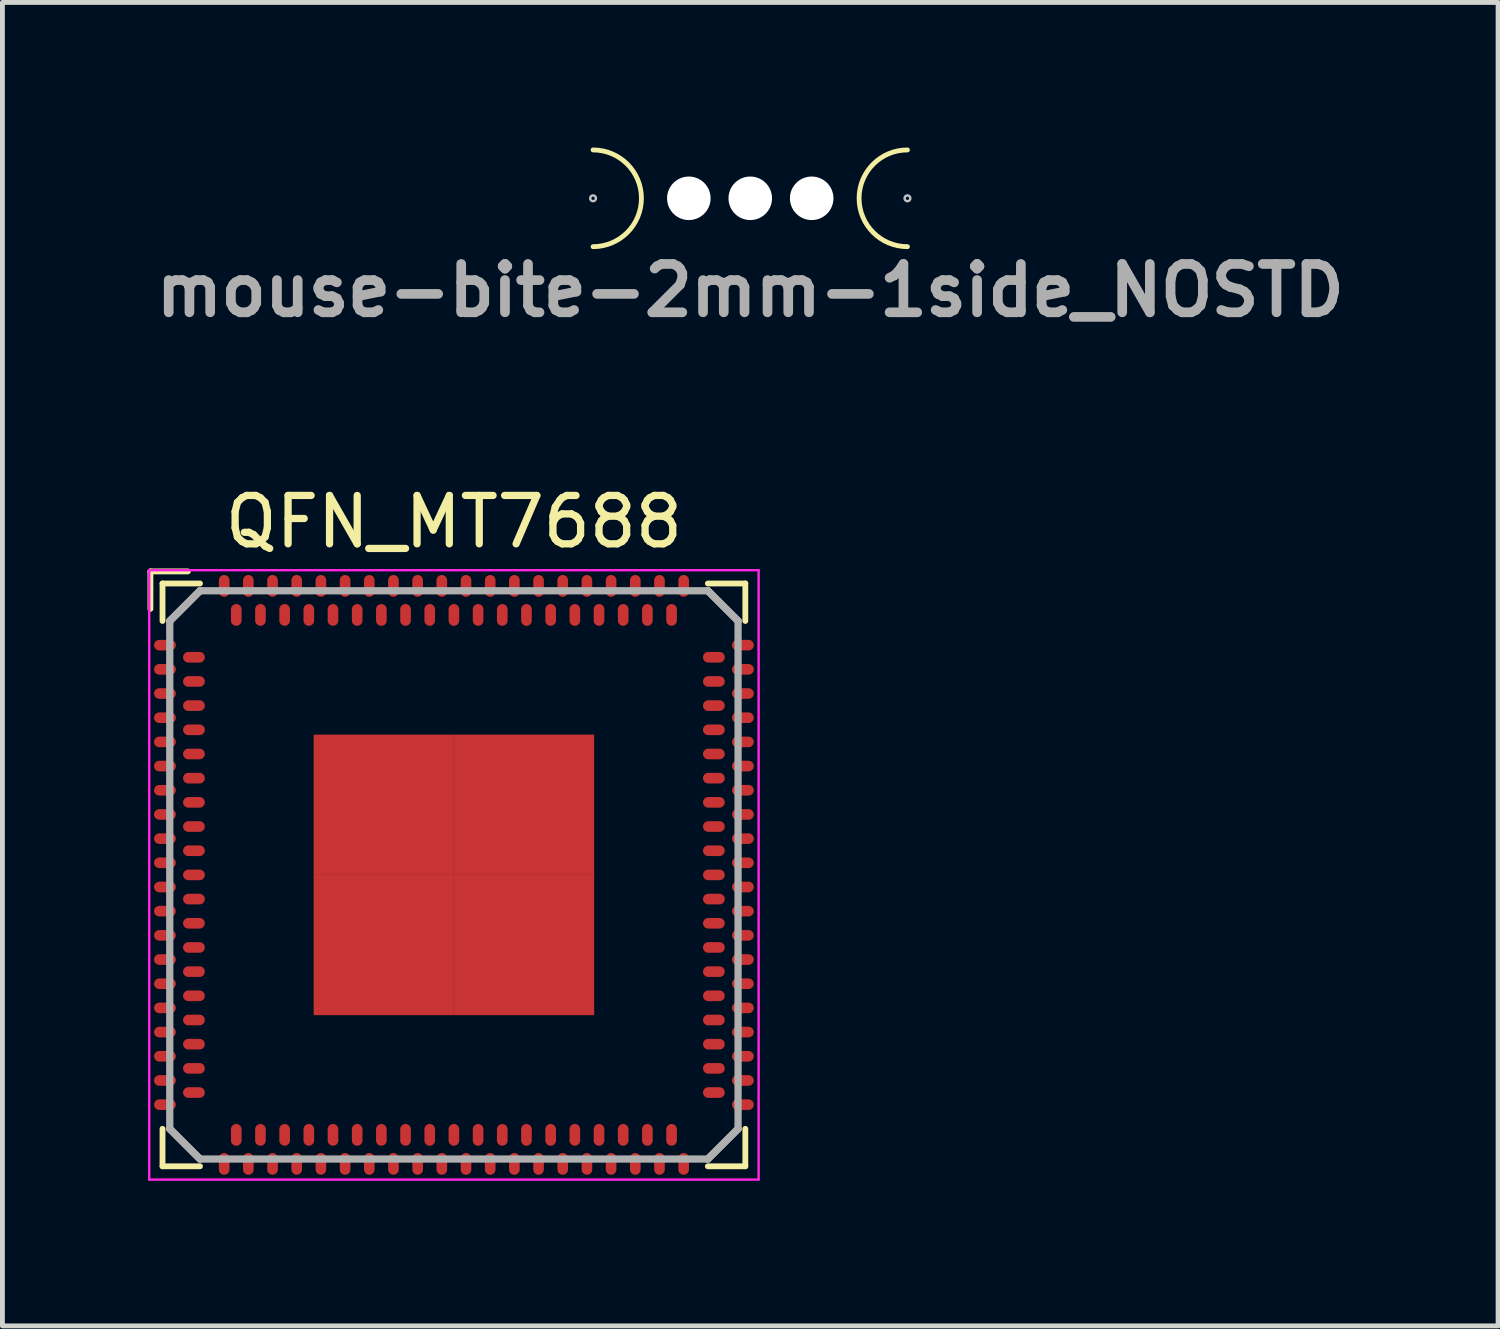
<source format=kicad_pcb>
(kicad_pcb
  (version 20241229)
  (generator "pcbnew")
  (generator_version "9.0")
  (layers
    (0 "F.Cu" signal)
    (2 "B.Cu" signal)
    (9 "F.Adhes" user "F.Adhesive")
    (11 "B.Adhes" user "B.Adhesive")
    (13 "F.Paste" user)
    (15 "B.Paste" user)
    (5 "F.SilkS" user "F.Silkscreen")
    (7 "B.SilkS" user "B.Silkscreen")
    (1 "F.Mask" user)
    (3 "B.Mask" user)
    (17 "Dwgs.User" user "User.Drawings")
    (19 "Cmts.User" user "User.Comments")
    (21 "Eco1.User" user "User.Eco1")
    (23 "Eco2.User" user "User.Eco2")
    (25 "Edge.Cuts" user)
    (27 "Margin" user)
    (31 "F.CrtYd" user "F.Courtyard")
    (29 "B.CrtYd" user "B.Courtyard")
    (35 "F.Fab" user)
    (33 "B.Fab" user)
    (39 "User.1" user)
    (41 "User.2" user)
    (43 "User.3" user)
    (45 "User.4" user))
  (footprint "QFN_MT7688"
    (layer "F.Cu")
    (at 6.335 15.039)
    (property "Reference" "QFN_MT7688" (at 0 -7.3 0) (layer "F.SilkS") (effects (font (size 1 1) (thickness 0.15))))
    (attr smd)
    (fp_line (start -6.275 -6.275) (end -5.5 -6.275) (stroke (width 0.12) (type solid)) (layer "F.SilkS"))
    (fp_line (start -6.275 -5.5) (end -6.275 -6.275) (stroke (width 0.12) (type solid)) (layer "F.SilkS"))
    (fp_line (start -6.025 -6.025) (end -5.25 -6.025) (stroke (width 0.12) (type solid)) (layer "F.SilkS"))
    (fp_line (start -6.025 -5.25) (end -6.025 -6.025) (stroke (width 0.12) (type solid)) (layer "F.SilkS"))
    (fp_line (start -6.025 6.025) (end -6.025 5.25) (stroke (width 0.12) (type solid)) (layer "F.SilkS"))
    (fp_line (start -5.25 6.025) (end -6.025 6.025) (stroke (width 0.12) (type solid)) (layer "F.SilkS"))
    (fp_line (start 5.25 -6.025) (end 6.025 -6.025) (stroke (width 0.12) (type solid)) (layer "F.SilkS"))
    (fp_line (start 5.25 6.025) (end 6.025 6.025) (stroke (width 0.12) (type solid)) (layer "F.SilkS"))
    (fp_line (start 6.025 -6.025) (end 6.025 -5.25) (stroke (width 0.12) (type solid)) (layer "F.SilkS"))
    (fp_line (start 6.025 6.025) (end 6.025 5.25) (stroke (width 0.12) (type solid)) (layer "F.SilkS"))
    (fp_line (start -6.3 -6.3) (end 6.3 -6.3) (stroke (width 0.05) (type solid)) (layer "F.CrtYd"))
    (fp_line (start -6.3 6.3) (end -6.3 -6.3) (stroke (width 0.05) (type solid)) (layer "F.CrtYd"))
    (fp_line (start 6.3 -6.3) (end 6.3 6.3) (stroke (width 0.05) (type solid)) (layer "F.CrtYd"))
    (fp_line (start 6.3 6.3) (end -6.3 6.3) (stroke (width 0.05) (type solid)) (layer "F.CrtYd"))
    (fp_line (start -5.875 -5.25) (end -5.875 5.25) (stroke (width 0.15) (type solid)) (layer "F.Fab"))
    (fp_line (start -5.875 5.25) (end -5.25 5.875) (stroke (width 0.15) (type solid)) (layer "F.Fab"))
    (fp_line (start -5.875 5.25) (end -5.25 5.875) (stroke (width 0.15) (type solid)) (layer "F.Fab"))
    (fp_line (start -5.25 -5.875) (end -5.875 -5.25) (stroke (width 0.15) (type solid)) (layer "F.Fab"))
    (fp_line (start -5.25 -5.875) (end -5.875 -5.25) (stroke (width 0.15) (type solid)) (layer "F.Fab"))
    (fp_line (start -5.25 5.875) (end 5.25 5.875) (stroke (width 0.15) (type solid)) (layer "F.Fab"))
    (fp_line (start 5.25 -5.875) (end -5.25 -5.875) (stroke (width 0.15) (type solid)) (layer "F.Fab"))
    (fp_line (start 5.25 5.875) (end 5.875 5.25) (stroke (width 0.15) (type solid)) (layer "F.Fab"))
    (fp_line (start 5.25 5.875) (end 5.875 5.25) (stroke (width 0.15) (type solid)) (layer "F.Fab"))
    (fp_line (start 5.875 -5.25) (end 5.25 -5.875) (stroke (width 0.15) (type solid)) (layer "F.Fab"))
    (fp_line (start 5.875 -5.25) (end 5.25 -5.875) (stroke (width 0.15) (type solid)) (layer "F.Fab"))
    (fp_line (start 5.875 5.25) (end 5.875 -5.25) (stroke (width 0.15) (type solid)) (layer "F.Fab"))
    (pad "1" smd oval (at -5.975 -4.75 90) (size 0.22 0.45) (layers "F.Cu" "F.Mask" "F.Paste"))
    (pad "2" smd oval (at -5.375 -4.5 90) (size 0.22 0.45) (layers "F.Cu" "F.Mask" "F.Paste"))
    (pad "3" smd oval (at -5.975 -4.25 90) (size 0.22 0.45) (layers "F.Cu" "F.Mask" "F.Paste"))
    (pad "4" smd oval (at -5.375 -4 90) (size 0.22 0.45) (layers "F.Cu" "F.Mask" "F.Paste"))
    (pad "5" smd oval (at -5.975 -3.75 90) (size 0.22 0.45) (layers "F.Cu" "F.Mask" "F.Paste"))
    (pad "6" smd oval (at -5.375 -3.5 90) (size 0.22 0.45) (layers "F.Cu" "F.Mask" "F.Paste"))
    (pad "7" smd oval (at -5.975 -3.25 90) (size 0.22 0.45) (layers "F.Cu" "F.Mask" "F.Paste"))
    (pad "8" smd oval (at -5.375 -3 90) (size 0.22 0.45) (layers "F.Cu" "F.Mask" "F.Paste"))
    (pad "9" smd oval (at -5.975 -2.75 90) (size 0.22 0.45) (layers "F.Cu" "F.Mask" "F.Paste"))
    (pad "10" smd oval (at -5.375 -2.5 90) (size 0.22 0.45) (layers "F.Cu" "F.Mask" "F.Paste"))
    (pad "11" smd oval (at -5.975 -2.25 90) (size 0.22 0.45) (layers "F.Cu" "F.Mask" "F.Paste"))
    (pad "12" smd oval (at -5.375 -2 90) (size 0.22 0.45) (layers "F.Cu" "F.Mask" "F.Paste"))
    (pad "13" smd oval (at -5.975 -1.75 90) (size 0.22 0.45) (layers "F.Cu" "F.Mask" "F.Paste"))
    (pad "14" smd oval (at -5.375 -1.5 90) (size 0.22 0.45) (layers "F.Cu" "F.Mask" "F.Paste"))
    (pad "15" smd oval (at -5.975 -1.25 90) (size 0.22 0.45) (layers "F.Cu" "F.Mask" "F.Paste"))
    (pad "16" smd oval (at -5.375 -1 90) (size 0.22 0.45) (layers "F.Cu" "F.Mask" "F.Paste"))
    (pad "17" smd oval (at -5.975 -0.75 90) (size 0.22 0.45) (layers "F.Cu" "F.Mask" "F.Paste"))
    (pad "18" smd oval (at -5.375 -0.5 90) (size 0.22 0.45) (layers "F.Cu" "F.Mask" "F.Paste"))
    (pad "19" smd oval (at -5.975 -0.25 90) (size 0.22 0.45) (layers "F.Cu" "F.Mask" "F.Paste"))
    (pad "20" smd oval (at -5.375 0 90) (size 0.22 0.45) (layers "F.Cu" "F.Mask" "F.Paste"))
    (pad "21" smd oval (at -5.975 0.25 90) (size 0.22 0.45) (layers "F.Cu" "F.Mask" "F.Paste"))
    (pad "22" smd oval (at -5.375 0.5 90) (size 0.22 0.45) (layers "F.Cu" "F.Mask" "F.Paste"))
    (pad "23" smd oval (at -5.975 0.75 90) (size 0.22 0.45) (layers "F.Cu" "F.Mask" "F.Paste"))
    (pad "24" smd oval (at -5.375 1 90) (size 0.22 0.45) (layers "F.Cu" "F.Mask" "F.Paste"))
    (pad "25" smd oval (at -5.975 1.25 90) (size 0.22 0.45) (layers "F.Cu" "F.Mask" "F.Paste"))
    (pad "26" smd oval (at -5.375 1.5 90) (size 0.22 0.45) (layers "F.Cu" "F.Mask" "F.Paste"))
    (pad "27" smd oval (at -5.975 1.75 90) (size 0.22 0.45) (layers "F.Cu" "F.Mask" "F.Paste"))
    (pad "28" smd oval (at -5.375 2 90) (size 0.22 0.45) (layers "F.Cu" "F.Mask" "F.Paste"))
    (pad "29" smd oval (at -5.975 2.25 90) (size 0.22 0.45) (layers "F.Cu" "F.Mask" "F.Paste"))
    (pad "30" smd oval (at -5.375 2.5 90) (size 0.22 0.45) (layers "F.Cu" "F.Mask" "F.Paste"))
    (pad "31" smd oval (at -5.975 2.75 90) (size 0.22 0.45) (layers "F.Cu" "F.Mask" "F.Paste"))
    (pad "32" smd oval (at -5.375 3 90) (size 0.22 0.45) (layers "F.Cu" "F.Mask" "F.Paste"))
    (pad "33" smd oval (at -5.975 3.25 90) (size 0.22 0.45) (layers "F.Cu" "F.Mask" "F.Paste"))
    (pad "34" smd oval (at -5.375 3.5 90) (size 0.22 0.45) (layers "F.Cu" "F.Mask" "F.Paste"))
    (pad "35" smd oval (at -5.975 3.75 90) (size 0.22 0.45) (layers "F.Cu" "F.Mask" "F.Paste"))
    (pad "36" smd oval (at -5.375 4 90) (size 0.22 0.45) (layers "F.Cu" "F.Mask" "F.Paste"))
    (pad "37" smd oval (at -5.975 4.25 90) (size 0.22 0.45) (layers "F.Cu" "F.Mask" "F.Paste"))
    (pad "38" smd oval (at -5.375 4.5 90) (size 0.22 0.45) (layers "F.Cu" "F.Mask" "F.Paste"))
    (pad "39" smd oval (at -5.975 4.75 90) (size 0.22 0.45) (layers "F.Cu" "F.Mask" "F.Paste"))
    (pad "40" smd oval (at -4.75 5.975) (size 0.22 0.45) (layers "F.Cu" "F.Mask" "F.Paste"))
    (pad "41" smd oval (at -4.5 5.375) (size 0.22 0.45) (layers "F.Cu" "F.Mask" "F.Paste"))
    (pad "42" smd oval (at -4.25 5.975) (size 0.22 0.45) (layers "F.Cu" "F.Mask" "F.Paste"))
    (pad "43" smd oval (at -4 5.375) (size 0.22 0.45) (layers "F.Cu" "F.Mask" "F.Paste"))
    (pad "44" smd oval (at -3.75 5.975) (size 0.22 0.45) (layers "F.Cu" "F.Mask" "F.Paste"))
    (pad "45" smd oval (at -3.5 5.375) (size 0.22 0.45) (layers "F.Cu" "F.Mask" "F.Paste"))
    (pad "46" smd oval (at -3.25 5.975) (size 0.22 0.45) (layers "F.Cu" "F.Mask" "F.Paste"))
    (pad "47" smd oval (at -3 5.375) (size 0.22 0.45) (layers "F.Cu" "F.Mask" "F.Paste"))
    (pad "48" smd oval (at -2.75 5.975) (size 0.22 0.45) (layers "F.Cu" "F.Mask" "F.Paste"))
    (pad "49" smd oval (at -2.5 5.375) (size 0.22 0.45) (layers "F.Cu" "F.Mask" "F.Paste"))
    (pad "50" smd oval (at -2.25 5.975) (size 0.22 0.45) (layers "F.Cu" "F.Mask" "F.Paste"))
    (pad "51" smd oval (at -2 5.375) (size 0.22 0.45) (layers "F.Cu" "F.Mask" "F.Paste"))
    (pad "52" smd oval (at -1.75 5.975) (size 0.22 0.45) (layers "F.Cu" "F.Mask" "F.Paste"))
    (pad "53" smd oval (at -1.5 5.375) (size 0.22 0.45) (layers "F.Cu" "F.Mask" "F.Paste"))
    (pad "54" smd oval (at -1.25 5.975) (size 0.22 0.45) (layers "F.Cu" "F.Mask" "F.Paste"))
    (pad "55" smd oval (at -1 5.375) (size 0.22 0.45) (layers "F.Cu" "F.Mask" "F.Paste"))
    (pad "56" smd oval (at -0.75 5.975) (size 0.22 0.45) (layers "F.Cu" "F.Mask" "F.Paste"))
    (pad "57" smd oval (at -0.5 5.375) (size 0.22 0.45) (layers "F.Cu" "F.Mask" "F.Paste"))
    (pad "58" smd oval (at -0.25 5.975) (size 0.22 0.45) (layers "F.Cu" "F.Mask" "F.Paste"))
    (pad "59" smd oval (at 0 5.375) (size 0.22 0.45) (layers "F.Cu" "F.Mask" "F.Paste"))
    (pad "60" smd oval (at 0.25 5.975) (size 0.22 0.45) (layers "F.Cu" "F.Mask" "F.Paste"))
    (pad "61" smd oval (at 0.5 5.375) (size 0.22 0.45) (layers "F.Cu" "F.Mask" "F.Paste"))
    (pad "62" smd oval (at 0.75 5.975) (size 0.22 0.45) (layers "F.Cu" "F.Mask" "F.Paste"))
    (pad "63" smd oval (at 1 5.375) (size 0.22 0.45) (layers "F.Cu" "F.Mask" "F.Paste"))
    (pad "64" smd oval (at 1.25 5.975) (size 0.22 0.45) (layers "F.Cu" "F.Mask" "F.Paste"))
    (pad "65" smd oval (at 1.5 5.375) (size 0.22 0.45) (layers "F.Cu" "F.Mask" "F.Paste"))
    (pad "66" smd oval (at 1.75 5.975) (size 0.22 0.45) (layers "F.Cu" "F.Mask" "F.Paste"))
    (pad "67" smd oval (at 2 5.375) (size 0.22 0.45) (layers "F.Cu" "F.Mask" "F.Paste"))
    (pad "68" smd oval (at 2.25 5.975) (size 0.22 0.45) (layers "F.Cu" "F.Mask" "F.Paste"))
    (pad "69" smd oval (at 2.5 5.375) (size 0.22 0.45) (layers "F.Cu" "F.Mask" "F.Paste"))
    (pad "70" smd oval (at 2.75 5.975) (size 0.22 0.45) (layers "F.Cu" "F.Mask" "F.Paste"))
    (pad "71" smd oval (at 3 5.375) (size 0.22 0.45) (layers "F.Cu" "F.Mask" "F.Paste"))
    (pad "72" smd oval (at 3.25 5.975) (size 0.22 0.45) (layers "F.Cu" "F.Mask" "F.Paste"))
    (pad "73" smd oval (at 3.5 5.375) (size 0.22 0.45) (layers "F.Cu" "F.Mask" "F.Paste"))
    (pad "74" smd oval (at 3.75 5.975) (size 0.22 0.45) (layers "F.Cu" "F.Mask" "F.Paste"))
    (pad "75" smd oval (at 4 5.375) (size 0.22 0.45) (layers "F.Cu" "F.Mask" "F.Paste"))
    (pad "76" smd oval (at 4.25 5.975) (size 0.22 0.45) (layers "F.Cu" "F.Mask" "F.Paste"))
    (pad "77" smd oval (at 4.5 5.375) (size 0.22 0.45) (layers "F.Cu" "F.Mask" "F.Paste"))
    (pad "78" smd oval (at 4.75 5.975) (size 0.22 0.45) (layers "F.Cu" "F.Mask" "F.Paste"))
    (pad "79" smd oval (at 5.975 4.75 90) (size 0.22 0.45) (layers "F.Cu" "F.Mask" "F.Paste"))
    (pad "80" smd oval (at 5.375 4.5 90) (size 0.22 0.45) (layers "F.Cu" "F.Mask" "F.Paste"))
    (pad "81" smd oval (at 5.975 4.25 90) (size 0.22 0.45) (layers "F.Cu" "F.Mask" "F.Paste"))
    (pad "82" smd oval (at 5.375 4 90) (size 0.22 0.45) (layers "F.Cu" "F.Mask" "F.Paste"))
    (pad "83" smd oval (at 5.975 3.75 90) (size 0.22 0.45) (layers "F.Cu" "F.Mask" "F.Paste"))
    (pad "84" smd oval (at 5.375 3.5 90) (size 0.22 0.45) (layers "F.Cu" "F.Mask" "F.Paste"))
    (pad "85" smd oval (at 5.975 3.25 90) (size 0.22 0.45) (layers "F.Cu" "F.Mask" "F.Paste"))
    (pad "86" smd oval (at 5.375 3 90) (size 0.22 0.45) (layers "F.Cu" "F.Mask" "F.Paste"))
    (pad "87" smd oval (at 5.975 2.75 90) (size 0.22 0.45) (layers "F.Cu" "F.Mask" "F.Paste"))
    (pad "88" smd oval (at 5.375 2.5 90) (size 0.22 0.45) (layers "F.Cu" "F.Mask" "F.Paste"))
    (pad "89" smd oval (at 5.975 2.25 90) (size 0.22 0.45) (layers "F.Cu" "F.Mask" "F.Paste"))
    (pad "90" smd oval (at 5.375 2 90) (size 0.22 0.45) (layers "F.Cu" "F.Mask" "F.Paste"))
    (pad "91" smd oval (at 5.975 1.75 90) (size 0.22 0.45) (layers "F.Cu" "F.Mask" "F.Paste"))
    (pad "92" smd oval (at 5.375 1.5 90) (size 0.22 0.45) (layers "F.Cu" "F.Mask" "F.Paste"))
    (pad "93" smd oval (at 5.975 1.25 90) (size 0.22 0.45) (layers "F.Cu" "F.Mask" "F.Paste"))
    (pad "94" smd oval (at 5.375 1 90) (size 0.22 0.45) (layers "F.Cu" "F.Mask" "F.Paste"))
    (pad "95" smd oval (at 5.975 0.75 90) (size 0.22 0.45) (layers "F.Cu" "F.Mask" "F.Paste"))
    (pad "96" smd oval (at 5.375 0.5 90) (size 0.22 0.45) (layers "F.Cu" "F.Mask" "F.Paste"))
    (pad "97" smd oval (at 5.975 0.25 90) (size 0.22 0.45) (layers "F.Cu" "F.Mask" "F.Paste"))
    (pad "98" smd oval (at 5.375 0 90) (size 0.22 0.45) (layers "F.Cu" "F.Mask" "F.Paste"))
    (pad "99" smd oval (at 5.975 -0.25 90) (size 0.22 0.45) (layers "F.Cu" "F.Mask" "F.Paste"))
    (pad "100" smd oval (at 5.375 -0.5 90) (size 0.22 0.45) (layers "F.Cu" "F.Mask" "F.Paste"))
    (pad "101" smd oval (at 5.975 -0.75 90) (size 0.22 0.45) (layers "F.Cu" "F.Mask" "F.Paste"))
    (pad "102" smd oval (at 5.375 -1 90) (size 0.22 0.45) (layers "F.Cu" "F.Mask" "F.Paste"))
    (pad "103" smd oval (at 5.975 -1.25 90) (size 0.22 0.45) (layers "F.Cu" "F.Mask" "F.Paste"))
    (pad "104" smd oval (at 5.375 -1.5 90) (size 0.22 0.45) (layers "F.Cu" "F.Mask" "F.Paste"))
    (pad "105" smd oval (at 5.975 -1.75 90) (size 0.22 0.45) (layers "F.Cu" "F.Mask" "F.Paste"))
    (pad "106" smd oval (at 5.375 -2 90) (size 0.22 0.45) (layers "F.Cu" "F.Mask" "F.Paste"))
    (pad "107" smd oval (at 5.975 -2.25 90) (size 0.22 0.45) (layers "F.Cu" "F.Mask" "F.Paste"))
    (pad "108" smd oval (at 5.375 -2.5 90) (size 0.22 0.45) (layers "F.Cu" "F.Mask" "F.Paste"))
    (pad "109" smd oval (at 5.975 -2.75 90) (size 0.22 0.45) (layers "F.Cu" "F.Mask" "F.Paste"))
    (pad "110" smd oval (at 5.375 -3 90) (size 0.22 0.45) (layers "F.Cu" "F.Mask" "F.Paste"))
    (pad "111" smd oval (at 5.975 -3.25 90) (size 0.22 0.45) (layers "F.Cu" "F.Mask" "F.Paste"))
    (pad "112" smd oval (at 5.375 -3.5 90) (size 0.22 0.45) (layers "F.Cu" "F.Mask" "F.Paste"))
    (pad "113" smd oval (at 5.975 -3.75 90) (size 0.22 0.45) (layers "F.Cu" "F.Mask" "F.Paste"))
    (pad "114" smd oval (at 5.375 -4 90) (size 0.22 0.45) (layers "F.Cu" "F.Mask" "F.Paste"))
    (pad "115" smd oval (at 5.975 -4.25 90) (size 0.22 0.45) (layers "F.Cu" "F.Mask" "F.Paste"))
    (pad "116" smd oval (at 5.375 -4.5 90) (size 0.22 0.45) (layers "F.Cu" "F.Mask" "F.Paste"))
    (pad "117" smd oval (at 5.975 -4.75 90) (size 0.22 0.45) (layers "F.Cu" "F.Mask" "F.Paste"))
    (pad "118" smd oval (at 4.75 -5.975) (size 0.22 0.45) (layers "F.Cu" "F.Mask" "F.Paste"))
    (pad "119" smd oval (at 4.5 -5.375) (size 0.22 0.45) (layers "F.Cu" "F.Mask" "F.Paste"))
    (pad "120" smd oval (at 4.25 -5.975) (size 0.22 0.45) (layers "F.Cu" "F.Mask" "F.Paste"))
    (pad "121" smd oval (at 4 -5.375) (size 0.22 0.45) (layers "F.Cu" "F.Mask" "F.Paste"))
    (pad "122" smd oval (at 3.75 -5.975) (size 0.22 0.45) (layers "F.Cu" "F.Mask" "F.Paste"))
    (pad "123" smd oval (at 3.5 -5.375) (size 0.22 0.45) (layers "F.Cu" "F.Mask" "F.Paste"))
    (pad "124" smd oval (at 3.25 -5.975) (size 0.22 0.45) (layers "F.Cu" "F.Mask" "F.Paste"))
    (pad "125" smd oval (at 3 -5.375) (size 0.22 0.45) (layers "F.Cu" "F.Mask" "F.Paste"))
    (pad "126" smd oval (at 2.75 -5.975) (size 0.22 0.45) (layers "F.Cu" "F.Mask" "F.Paste"))
    (pad "127" smd oval (at 2.5 -5.375) (size 0.22 0.45) (layers "F.Cu" "F.Mask" "F.Paste"))
    (pad "128" smd oval (at 2.25 -5.975) (size 0.22 0.45) (layers "F.Cu" "F.Mask" "F.Paste"))
    (pad "129" smd oval (at 2 -5.375) (size 0.22 0.45) (layers "F.Cu" "F.Mask" "F.Paste"))
    (pad "130" smd oval (at 1.75 -5.975) (size 0.22 0.45) (layers "F.Cu" "F.Mask" "F.Paste"))
    (pad "131" smd oval (at 1.5 -5.375) (size 0.22 0.45) (layers "F.Cu" "F.Mask" "F.Paste"))
    (pad "132" smd oval (at 1.25 -5.975) (size 0.22 0.45) (layers "F.Cu" "F.Mask" "F.Paste"))
    (pad "133" smd oval (at 1 -5.375) (size 0.22 0.45) (layers "F.Cu" "F.Mask" "F.Paste"))
    (pad "134" smd oval (at 0.75 -5.975) (size 0.22 0.45) (layers "F.Cu" "F.Mask" "F.Paste"))
    (pad "135" smd oval (at 0.5 -5.375) (size 0.22 0.45) (layers "F.Cu" "F.Mask" "F.Paste"))
    (pad "136" smd oval (at 0.25 -5.975) (size 0.22 0.45) (layers "F.Cu" "F.Mask" "F.Paste"))
    (pad "137" smd oval (at 0 -5.375) (size 0.22 0.45) (layers "F.Cu" "F.Mask" "F.Paste"))
    (pad "138" smd oval (at -0.25 -5.975) (size 0.22 0.45) (layers "F.Cu" "F.Mask" "F.Paste"))
    (pad "139" smd oval (at -0.5 -5.375) (size 0.22 0.45) (layers "F.Cu" "F.Mask" "F.Paste"))
    (pad "140" smd oval (at -0.75 -5.975) (size 0.22 0.45) (layers "F.Cu" "F.Mask" "F.Paste"))
    (pad "141" smd oval (at -1 -5.375) (size 0.22 0.45) (layers "F.Cu" "F.Mask" "F.Paste"))
    (pad "142" smd oval (at -1.25 -5.975) (size 0.22 0.45) (layers "F.Cu" "F.Mask" "F.Paste"))
    (pad "143" smd oval (at -1.5 -5.375) (size 0.22 0.45) (layers "F.Cu" "F.Mask" "F.Paste"))
    (pad "144" smd oval (at -1.75 -5.975) (size 0.22 0.45) (layers "F.Cu" "F.Mask" "F.Paste"))
    (pad "145" smd oval (at -2 -5.375) (size 0.22 0.45) (layers "F.Cu" "F.Mask" "F.Paste"))
    (pad "146" smd oval (at -2.25 -5.975) (size 0.22 0.45) (layers "F.Cu" "F.Mask" "F.Paste"))
    (pad "147" smd oval (at -2.5 -5.375) (size 0.22 0.45) (layers "F.Cu" "F.Mask" "F.Paste"))
    (pad "148" smd oval (at -2.75 -5.975) (size 0.22 0.45) (layers "F.Cu" "F.Mask" "F.Paste"))
    (pad "149" smd oval (at -3 -5.375) (size 0.22 0.45) (layers "F.Cu" "F.Mask" "F.Paste"))
    (pad "150" smd oval (at -3.25 -5.975) (size 0.22 0.45) (layers "F.Cu" "F.Mask" "F.Paste"))
    (pad "151" smd oval (at -3.5 -5.375) (size 0.22 0.45) (layers "F.Cu" "F.Mask" "F.Paste"))
    (pad "152" smd oval (at -3.75 -5.975) (size 0.22 0.45) (layers "F.Cu" "F.Mask" "F.Paste"))
    (pad "153" smd oval (at -4 -5.375) (size 0.22 0.45) (layers "F.Cu" "F.Mask" "F.Paste"))
    (pad "154" smd oval (at -4.25 -5.975) (size 0.22 0.45) (layers "F.Cu" "F.Mask" "F.Paste"))
    (pad "155" smd oval (at -4.5 -5.375) (size 0.22 0.45) (layers "F.Cu" "F.Mask" "F.Paste"))
    (pad "156" smd oval (at -4.75 -5.975) (size 0.22 0.45) (layers "F.Cu" "F.Mask" "F.Paste"))
    (pad "GND" smd rect (at -1.45 -1.45) (size 2.9 2.9) (layers "F.Cu" "F.Mask" "F.Paste"))
    (pad "GND" smd rect (at -1.45 1.45) (size 2.9 2.9) (layers "F.Cu" "F.Mask" "F.Paste"))
    (pad "GND" smd rect (at 1.45 -1.45) (size 2.9 2.9) (layers "F.Cu" "F.Mask" "F.Paste"))
    (pad "GND" smd rect (at 1.45 1.45) (size 2.9 2.9) (layers "F.Cu" "F.Mask" "F.Paste")))
  (footprint "mouse-bite-2mm-1side_NOSTD"
    (layer "F.Cu")
    (at 12.462 1.05)
    (property "Reference" "mouse-bite-2mm-1side_NOSTD" (at 0 1.905 0) (layer "F.Fab") (effects (font (size 1 1) (thickness 0.2))))
    (attr through_hole)
    (fp_arc (start -3.25 -1) (mid -2.25 0) (end -3.25 1) (stroke (width 0.1) (type solid)) (layer "F.SilkS"))
    (fp_arc (start 3.25 1) (mid 2.25 0) (end 3.25 -1) (stroke (width 0.1) (type solid)) (layer "F.SilkS"))
    (fp_circle (center -3.25 0) (end -3.25 -0.06) (stroke (width 0.05) (type solid)) (fill no) (layer "Dwgs.User"))
    (fp_circle (center 3.25 0) (end 3.31 0) (stroke (width 0.05) (type solid)) (fill no) (layer "Dwgs.User"))
    (fp_line (start -3.25 0) (end -3.25 0) (stroke (width 2) (type solid)) (layer "Eco1.User"))
    (fp_line (start 3.25 0) (end 3.25 0) (stroke (width 2) (type solid)) (layer "Eco1.User"))
    (pad "" np_thru_hole circle (at -1.27 0) (size 0.9 0.9) (drill 0.9) (layers "*.Cu" "*.Mask"))
    (pad "" np_thru_hole circle (at 0 0) (size 0.9 0.9) (drill 0.9) (layers "*.Cu" "*.Mask"))
    (pad "" np_thru_hole circle (at 1.27 0) (size 0.9 0.9) (drill 0.9) (layers "*.Cu" "*.Mask")))
  (gr_rect
    (start -3 -3)
    (end 27.924 24.364)
    (stroke (width 0.1) (type default))
    (fill no)
    (layer "Edge.Cuts")))
</source>
